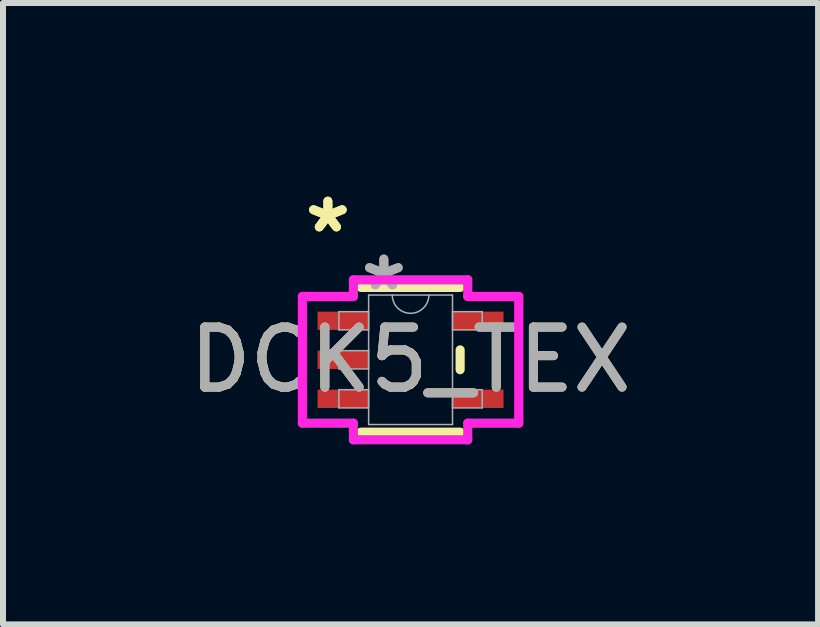
<source format=kicad_pcb>
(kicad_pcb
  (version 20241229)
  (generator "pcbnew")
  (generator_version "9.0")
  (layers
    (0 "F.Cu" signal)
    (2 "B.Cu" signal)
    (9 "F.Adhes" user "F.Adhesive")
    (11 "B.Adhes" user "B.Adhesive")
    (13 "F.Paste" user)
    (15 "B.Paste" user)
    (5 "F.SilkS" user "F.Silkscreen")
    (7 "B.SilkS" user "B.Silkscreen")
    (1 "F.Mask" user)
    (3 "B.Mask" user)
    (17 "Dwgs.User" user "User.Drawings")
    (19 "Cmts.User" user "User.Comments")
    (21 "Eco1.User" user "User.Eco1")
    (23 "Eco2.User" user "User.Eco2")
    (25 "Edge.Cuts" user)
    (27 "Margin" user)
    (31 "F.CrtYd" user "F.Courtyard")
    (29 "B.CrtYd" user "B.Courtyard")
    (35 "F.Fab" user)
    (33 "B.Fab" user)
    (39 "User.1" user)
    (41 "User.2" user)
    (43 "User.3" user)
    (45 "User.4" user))
  (footprint "DCK5_TEX"
    (layer "F.Cu")
    (at 3.792 2.946)
    (property "Reference" "DCK5_TEX" (at 0 0 0) (unlocked yes) (layer "F.SilkS") (effects (font (size 1 1) (thickness 0.15))))
    (attr smd)
    (fp_line (start -0.826 1.206) (end 0.826 1.206) (stroke (width 0.152) (type solid)) (layer "F.SilkS"))
    (fp_line (start 0.826 -1.206) (end -0.826 -1.206) (stroke (width 0.152) (type solid)) (layer "F.SilkS"))
    (fp_line (start 0.826 0.165) (end 0.826 -0.165) (stroke (width 0.152) (type solid)) (layer "F.SilkS"))
    (fp_line (start -1.803 -1.056) (end -0.953 -1.056) (stroke (width 0.152) (type solid)) (layer "F.CrtYd"))
    (fp_line (start -1.803 1.056) (end -1.803 -1.056) (stroke (width 0.152) (type solid)) (layer "F.CrtYd"))
    (fp_line (start -0.953 -1.333) (end 0.953 -1.333) (stroke (width 0.152) (type solid)) (layer "F.CrtYd"))
    (fp_line (start -0.953 -1.056) (end -0.953 -1.333) (stroke (width 0.152) (type solid)) (layer "F.CrtYd"))
    (fp_line (start -0.953 1.056) (end -1.803 1.056) (stroke (width 0.152) (type solid)) (layer "F.CrtYd"))
    (fp_line (start -0.953 1.333) (end -0.953 1.056) (stroke (width 0.152) (type solid)) (layer "F.CrtYd"))
    (fp_line (start 0.953 -1.333) (end 0.953 -1.056) (stroke (width 0.152) (type solid)) (layer "F.CrtYd"))
    (fp_line (start 0.953 -1.056) (end 1.803 -1.056) (stroke (width 0.152) (type solid)) (layer "F.CrtYd"))
    (fp_line (start 0.953 1.056) (end 0.953 1.333) (stroke (width 0.152) (type solid)) (layer "F.CrtYd"))
    (fp_line (start 0.953 1.333) (end -0.953 1.333) (stroke (width 0.152) (type solid)) (layer "F.CrtYd"))
    (fp_line (start 1.803 -1.056) (end 1.803 1.056) (stroke (width 0.152) (type solid)) (layer "F.CrtYd"))
    (fp_line (start 1.803 1.056) (end 0.953 1.056) (stroke (width 0.152) (type solid)) (layer "F.CrtYd"))
    (fp_line (start -1.194 -0.802) (end -1.194 -0.498) (stroke (width 0.025) (type solid)) (layer "F.Fab"))
    (fp_line (start -1.194 -0.498) (end -0.699 -0.498) (stroke (width 0.025) (type solid)) (layer "F.Fab"))
    (fp_line (start -1.194 -0.152) (end -1.194 0.152) (stroke (width 0.025) (type solid)) (layer "F.Fab"))
    (fp_line (start -1.194 0.152) (end -0.699 0.152) (stroke (width 0.025) (type solid)) (layer "F.Fab"))
    (fp_line (start -1.194 0.498) (end -1.194 0.802) (stroke (width 0.025) (type solid)) (layer "F.Fab"))
    (fp_line (start -1.194 0.802) (end -0.699 0.802) (stroke (width 0.025) (type solid)) (layer "F.Fab"))
    (fp_line (start -0.699 -1.079) (end -0.699 1.079) (stroke (width 0.025) (type solid)) (layer "F.Fab"))
    (fp_line (start -0.699 -0.802) (end -1.194 -0.802) (stroke (width 0.025) (type solid)) (layer "F.Fab"))
    (fp_line (start -0.699 -0.498) (end -0.699 -0.802) (stroke (width 0.025) (type solid)) (layer "F.Fab"))
    (fp_line (start -0.699 -0.152) (end -1.194 -0.152) (stroke (width 0.025) (type solid)) (layer "F.Fab"))
    (fp_line (start -0.699 0.152) (end -0.699 -0.152) (stroke (width 0.025) (type solid)) (layer "F.Fab"))
    (fp_line (start -0.699 0.498) (end -1.194 0.498) (stroke (width 0.025) (type solid)) (layer "F.Fab"))
    (fp_line (start -0.699 0.802) (end -0.699 0.498) (stroke (width 0.025) (type solid)) (layer "F.Fab"))
    (fp_line (start -0.699 1.079) (end 0.699 1.079) (stroke (width 0.025) (type solid)) (layer "F.Fab"))
    (fp_line (start 0.699 -1.079) (end -0.699 -1.079) (stroke (width 0.025) (type solid)) (layer "F.Fab"))
    (fp_line (start 0.699 -0.802) (end 0.699 -0.498) (stroke (width 0.025) (type solid)) (layer "F.Fab"))
    (fp_line (start 0.699 -0.498) (end 1.194 -0.498) (stroke (width 0.025) (type solid)) (layer "F.Fab"))
    (fp_line (start 0.699 0.498) (end 0.699 0.802) (stroke (width 0.025) (type solid)) (layer "F.Fab"))
    (fp_line (start 0.699 0.802) (end 1.194 0.802) (stroke (width 0.025) (type solid)) (layer "F.Fab"))
    (fp_line (start 0.699 1.079) (end 0.699 -1.079) (stroke (width 0.025) (type solid)) (layer "F.Fab"))
    (fp_line (start 1.194 -0.802) (end 0.699 -0.802) (stroke (width 0.025) (type solid)) (layer "F.Fab"))
    (fp_line (start 1.194 -0.498) (end 1.194 -0.802) (stroke (width 0.025) (type solid)) (layer "F.Fab"))
    (fp_line (start 1.194 0.498) (end 0.699 0.498) (stroke (width 0.025) (type solid)) (layer "F.Fab"))
    (fp_line (start 1.194 0.802) (end 1.194 0.498) (stroke (width 0.025) (type solid)) (layer "F.Fab"))
    (fp_arc (start 0.3048 -1.0795) (mid 0 -0.7747) (end -0.3048 -1.0795) (stroke (width 0.0254) (type solid)) (layer "F.Fab"))
    (fp_text user "*" (at -1.378 -2.098 0) (unlocked yes) (layer "F.SilkS") (effects (font (size 1 1) (thickness 0.15))))
    (fp_text user "*" (at -1.378 -2.098 0) (layer "F.SilkS") (effects (font (size 1 1) (thickness 0.15))))
    (fp_text user "${REFERENCE}" (at 0 0 0) (unlocked yes) (layer "F.Fab") (effects (font (size 1 1) (thickness 0.15))))
    (fp_text user "*" (at -0.445 -1.133 0) (unlocked yes) (layer "F.Fab") (effects (font (size 1 1) (thickness 0.15))))
    (fp_text user "*" (at -0.445 -1.133 0) (layer "F.Fab") (effects (font (size 1 1) (thickness 0.15))))
    (pad "1" smd rect (at -1.124 -0.65) (size 0.851 0.305) (layers "F.Cu" "F.Mask" "F.Paste"))
    (pad "2" smd rect (at -1.124 0) (size 0.851 0.305) (layers "F.Cu" "F.Mask" "F.Paste"))
    (pad "3" smd rect (at -1.124 0.65) (size 0.851 0.305) (layers "F.Cu" "F.Mask" "F.Paste"))
    (pad "4" smd rect (at 1.124 0.65) (size 0.851 0.305) (layers "F.Cu" "F.Mask" "F.Paste"))
    (pad "5" smd rect (at 1.124 -0.65) (size 0.851 0.305) (layers "F.Cu" "F.Mask" "F.Paste")))
  (gr_rect
    (start -3 -3)
    (end 10.583 7.356)
    (stroke (width 0.1) (type default))
    (fill no)
    (layer "Edge.Cuts")))
</source>
